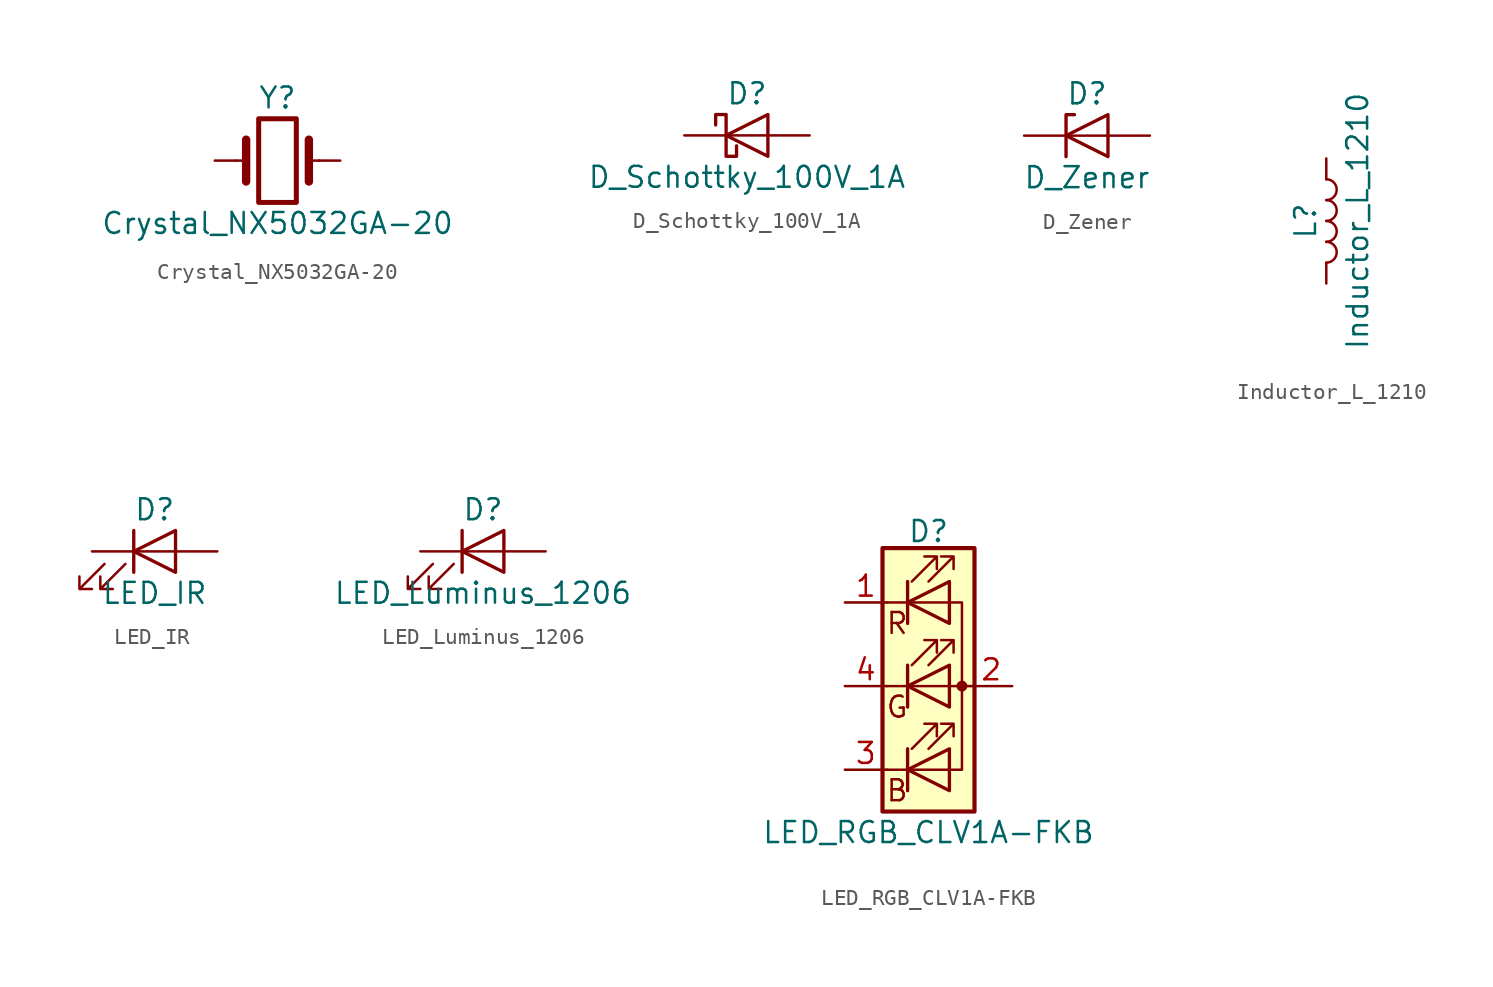
<source format=kicad_sym>
(kicad_symbol_lib
  (version 20220914)
  (generator kicad_symbol_editor)
  (symbol "Crystal_NX5032GA-20"
    (pin_numbers hide)
    (pin_names
      (offset 1.016) hide)
    (property "Reference" "Y"
      (at 0 3.81 0)
      (effects (font (size 1.27 1.27))))
    (property "Value" "Crystal_NX5032GA-20"
      (at 0 -3.81 0)
      (effects (font (size 1.27 1.27))))
    (symbol "Crystal_NX5032GA-20_0_1"
      (rectangle (start -1.143 2.54) (end 1.143 -2.54) (stroke (width 0.305) (type solid)) (fill (type none)))
      (polyline (pts (xy -2.54 0) (xy -1.905 0)) (stroke (width 0) (type solid)) (fill (type none)))
      (polyline (pts (xy -1.905 -1.27) (xy -1.905 1.27)) (stroke (width 0.508) (type solid)) (fill (type none)))
      (polyline (pts (xy 1.905 -1.27) (xy 1.905 1.27)) (stroke (width 0.508) (type solid)) (fill (type none)))
      (polyline (pts (xy 2.54 0) (xy 1.905 0)) (stroke (width 0) (type solid)) (fill (type none))))
    (symbol "Crystal_NX5032GA-20_1_1"
      (pin passive line (at -3.81 0 0) (length 1.27) (name "1" (effects (font (size 1.27 1.27)))) (number "1" (effects (font (size 1.27 1.27)))))
      (pin passive line (at 3.81 0 180) (length 1.27) (name "2" (effects (font (size 1.27 1.27)))) (number "2" (effects (font (size 1.27 1.27)))))))
  (symbol "D_Schottky_100V_1A"
    (pin_numbers hide)
    (pin_names
      (offset 1.016) hide)
    (property "Reference" "D"
      (at 0 2.54 0)
      (effects (font (size 1.27 1.27))))
    (property "Value" "D_Schottky_100V_1A"
      (at 0 -2.54 0)
      (effects (font (size 1.27 1.27))))
    (symbol "D_Schottky_100V_1A_0_1"
      (polyline (pts (xy 1.27 0) (xy -1.27 0)) (stroke (width 0) (type solid)) (fill (type none)))
      (polyline (pts (xy 1.27 1.27) (xy 1.27 -1.27) (xy -1.27 0) (xy 1.27 1.27)) (stroke (width 0.203) (type solid)) (fill (type none)))
      (polyline (pts (xy -1.905 0.635) (xy -1.905 1.27) (xy -1.27 1.27) (xy -1.27 -1.27) (xy -0.635 -1.27) (xy -0.635 -0.635)) (stroke (width 0.203) (type solid)) (fill (type none))))
    (symbol "D_Schottky_100V_1A_1_1"
      (pin passive line (at -3.81 0 0) (length 2.54) (name "K" (effects (font (size 1.27 1.27)))) (number "1" (effects (font (size 1.27 1.27)))))
      (pin passive line (at 3.81 0 180) (length 2.54) (name "A" (effects (font (size 1.27 1.27)))) (number "2" (effects (font (size 1.27 1.27)))))))
  (symbol "D_Zener"
    (pin_numbers hide)
    (pin_names
      (offset 1.016) hide)
    (property "Reference" "D"
      (at 0 2.54 0)
      (effects (font (size 1.27 1.27))))
    (property "Value" "D_Zener"
      (at 0 -2.54 0)
      (effects (font (size 1.27 1.27))))
    (symbol "D_Zener_0_1"
      (polyline (pts (xy 1.27 0) (xy -1.27 0)) (stroke (width 0) (type solid)) (fill (type none)))
      (polyline (pts (xy -1.27 -1.27) (xy -1.27 1.27) (xy -0.762 1.27)) (stroke (width 0.203) (type solid)) (fill (type none)))
      (polyline (pts (xy 1.27 -1.27) (xy 1.27 1.27) (xy -1.27 0) (xy 1.27 -1.27)) (stroke (width 0.203) (type solid)) (fill (type none))))
    (symbol "D_Zener_1_1"
      (pin passive line (at -3.81 0 0) (length 2.54) (name "K" (effects (font (size 1.27 1.27)))) (number "1" (effects (font (size 1.27 1.27)))))
      (pin passive line (at 3.81 0 180) (length 2.54) (name "A" (effects (font (size 1.27 1.27)))) (number "2" (effects (font (size 1.27 1.27)))))))
  (symbol "Inductor_L_1210"
    (pin_numbers hide)
    (pin_names
      (offset 1.016) hide)
    (property "Reference" "L"
      (at -1.27 0 90)
      (effects (font (size 1.27 1.27))))
    (property "Value" "Inductor_L_1210"
      (at 1.905 0 90)
      (effects (font (size 1.27 1.27))))
    (symbol "Inductor_L_1210_0_1"
      (arc (start 0 -2.54) (mid 0.6323 -1.905) (end 0 -1.27) (stroke (width 0) (type solid)) (fill (type none)))
      (arc (start 0 -1.27) (mid 0.6323 -0.635) (end 0 0) (stroke (width 0) (type solid)) (fill (type none)))
      (arc (start 0 0) (mid 0.6323 0.635) (end 0 1.27) (stroke (width 0) (type solid)) (fill (type none)))
      (arc (start 0 1.27) (mid 0.6323 1.905) (end 0 2.54) (stroke (width 0) (type solid)) (fill (type none))))
    (symbol "Inductor_L_1210_1_1"
      (pin passive line (at 0 3.81 270) (length 1.27) (name "1" (effects (font (size 1.27 1.27)))) (number "1" (effects (font (size 1.27 1.27)))))
      (pin passive line (at 0 -3.81 90) (length 1.27) (name "2" (effects (font (size 1.27 1.27)))) (number "2" (effects (font (size 1.27 1.27)))))))
  (symbol "LED_IR"
    (pin_numbers hide)
    (pin_names
      (offset 1.016) hide)
    (property "Reference" "D"
      (at 0 2.54 0)
      (effects (font (size 1.27 1.27))))
    (property "Value" "LED_IR"
      (at 0 -2.54 0)
      (effects (font (size 1.27 1.27))))
    (symbol "LED_IR_0_1"
      (polyline (pts (xy -1.27 -1.27) (xy -1.27 1.27)) (stroke (width 0.203) (type solid)) (fill (type none)))
      (polyline (pts (xy -1.27 0) (xy 1.27 0)) (stroke (width 0) (type solid)) (fill (type none)))
      (polyline (pts (xy 1.27 -1.27) (xy 1.27 1.27) (xy -1.27 0) (xy 1.27 -1.27)) (stroke (width 0.203) (type solid)) (fill (type none)))
      (polyline (pts (xy -3.048 -0.762) (xy -4.572 -2.286) (xy -3.81 -2.286) (xy -4.572 -2.286) (xy -4.572 -1.524)) (stroke (width 0) (type solid)) (fill (type none)))
      (polyline (pts (xy -1.778 -0.762) (xy -3.302 -2.286) (xy -2.54 -2.286) (xy -3.302 -2.286) (xy -3.302 -1.524)) (stroke (width 0) (type solid)) (fill (type none))))
    (symbol "LED_IR_1_1"
      (pin passive line (at -3.81 0 0) (length 2.54) (name "K" (effects (font (size 1.27 1.27)))) (number "1" (effects (font (size 1.27 1.27)))))
      (pin passive line (at 3.81 0 180) (length 2.54) (name "A" (effects (font (size 1.27 1.27)))) (number "2" (effects (font (size 1.27 1.27)))))))
  (symbol "LED_Luminus_1206"
    (pin_numbers hide)
    (pin_names
      (offset 1.016) hide)
    (property "Reference" "D"
      (at 0 2.54 0)
      (effects (font (size 1.27 1.27))))
    (property "Value" "LED_Luminus_1206"
      (at 0 -2.54 0)
      (effects (font (size 1.27 1.27))))
    (symbol "LED_Luminus_1206_0_1"
      (polyline (pts (xy -1.27 -1.27) (xy -1.27 1.27)) (stroke (width 0.203) (type solid)) (fill (type none)))
      (polyline (pts (xy -1.27 0) (xy 1.27 0)) (stroke (width 0) (type solid)) (fill (type none)))
      (polyline (pts (xy 1.27 -1.27) (xy 1.27 1.27) (xy -1.27 0) (xy 1.27 -1.27)) (stroke (width 0.203) (type solid)) (fill (type none)))
      (polyline (pts (xy -3.048 -0.762) (xy -4.572 -2.286) (xy -3.81 -2.286) (xy -4.572 -2.286) (xy -4.572 -1.524)) (stroke (width 0) (type solid)) (fill (type none)))
      (polyline (pts (xy -1.778 -0.762) (xy -3.302 -2.286) (xy -2.54 -2.286) (xy -3.302 -2.286) (xy -3.302 -1.524)) (stroke (width 0) (type solid)) (fill (type none))))
    (symbol "LED_Luminus_1206_1_1"
      (pin passive line (at -3.81 0 0) (length 2.54) (name "K" (effects (font (size 1.27 1.27)))) (number "1" (effects (font (size 1.27 1.27)))))
      (pin passive line (at 3.81 0 180) (length 2.54) (name "A" (effects (font (size 1.27 1.27)))) (number "2" (effects (font (size 1.27 1.27)))))))
  (symbol "LED_RGB_CLV1A-FKB"
    (pin_names
      (offset 0) hide)
    (property "Reference" "D"
      (at 0 9.398 0)
      (effects (font (size 1.27 1.27))))
    (property "Value" "LED_RGB_CLV1A-FKB"
      (at 0 -8.89 0)
      (effects (font (size 1.27 1.27))))
    (symbol "LED_RGB_CLV1A-FKB_0_0"
      (text "B" (at -1.905 -6.35 0) (effects (font (size 1.27 1.27))))
      (text "G" (at -1.905 -1.27 0) (effects (font (size 1.27 1.27))))
      (text "R" (at -1.905 3.81 0) (effects (font (size 1.27 1.27)))))
    (symbol "LED_RGB_CLV1A-FKB_0_1"
      (polyline (pts (xy -1.27 -5.08) (xy -2.54 -5.08)) (stroke (width 0) (type solid)) (fill (type none)))
      (polyline (pts (xy -1.27 -5.08) (xy 1.27 -5.08)) (stroke (width 0) (type solid)) (fill (type none)))
      (polyline (pts (xy -1.27 -3.81) (xy -1.27 -6.35)) (stroke (width 0) (type solid)) (fill (type none)))
      (polyline (pts (xy -1.27 -3.81) (xy -1.27 -6.35)) (stroke (width 0.203) (type solid)) (fill (type none)))
      (polyline (pts (xy -1.27 0) (xy -2.54 0)) (stroke (width 0) (type solid)) (fill (type none)))
      (polyline (pts (xy -1.27 0) (xy 1.27 0)) (stroke (width 0) (type solid)) (fill (type none)))
      (polyline (pts (xy -1.27 1.27) (xy -1.27 -1.27)) (stroke (width 0.203) (type solid)) (fill (type none)))
      (polyline (pts (xy -1.27 5.08) (xy -2.54 5.08)) (stroke (width 0) (type solid)) (fill (type none)))
      (polyline (pts (xy -1.27 6.35) (xy -1.27 3.81)) (stroke (width 0.203) (type solid)) (fill (type none)))
      (polyline (pts (xy 1.27 0) (xy 2.54 0)) (stroke (width 0) (type solid)) (fill (type none)))
      (polyline (pts (xy 1.27 5.08) (xy -1.27 5.08)) (stroke (width 0) (type solid)) (fill (type none)))
      (polyline (pts (xy -1.27 1.27) (xy -1.27 -1.27) (xy -1.27 -1.27)) (stroke (width 0) (type solid)) (fill (type none)))
      (polyline (pts (xy -1.27 6.35) (xy -1.27 3.81) (xy -1.27 3.81)) (stroke (width 0) (type solid)) (fill (type none)))
      (polyline (pts (xy 1.27 -5.08) (xy 2.032 -5.08) (xy 2.032 5.08) (xy 1.27 5.08)) (stroke (width 0) (type solid)) (fill (type none)))
      (polyline (pts (xy 1.27 -3.81) (xy 1.27 -6.35) (xy -1.27 -5.08) (xy 1.27 -3.81)) (stroke (width 0.203) (type solid)) (fill (type none)))
      (polyline (pts (xy 1.27 1.27) (xy 1.27 -1.27) (xy -1.27 0) (xy 1.27 1.27)) (stroke (width 0.203) (type solid)) (fill (type none)))
      (polyline (pts (xy 1.27 6.35) (xy 1.27 3.81) (xy -1.27 5.08) (xy 1.27 6.35)) (stroke (width 0.203) (type solid)) (fill (type none)))
      (polyline (pts (xy -1.016 -3.81) (xy 0.508 -2.286) (xy -0.254 -2.286) (xy 0.508 -2.286) (xy 0.508 -3.048)) (stroke (width 0) (type solid)) (fill (type none)))
      (polyline (pts (xy -1.016 1.27) (xy 0.508 2.794) (xy -0.254 2.794) (xy 0.508 2.794) (xy 0.508 2.032)) (stroke (width 0) (type solid)) (fill (type none)))
      (polyline (pts (xy -1.016 6.35) (xy 0.508 7.874) (xy -0.254 7.874) (xy 0.508 7.874) (xy 0.508 7.112)) (stroke (width 0) (type solid)) (fill (type none)))
      (polyline (pts (xy 0 -3.81) (xy 1.524 -2.286) (xy 0.762 -2.286) (xy 1.524 -2.286) (xy 1.524 -3.048)) (stroke (width 0) (type solid)) (fill (type none)))
      (polyline (pts (xy 0 1.27) (xy 1.524 2.794) (xy 0.762 2.794) (xy 1.524 2.794) (xy 1.524 2.032)) (stroke (width 0) (type solid)) (fill (type none)))
      (polyline (pts (xy 0 6.35) (xy 1.524 7.874) (xy 0.762 7.874) (xy 1.524 7.874) (xy 1.524 7.112)) (stroke (width 0) (type solid)) (fill (type none)))
      (rectangle (start 1.27 -1.27) (end 1.27 1.27) (stroke (width 0) (type solid)) (fill (type none)))
      (rectangle (start 1.27 1.27) (end 1.27 1.27) (stroke (width 0) (type solid)) (fill (type none)))
      (rectangle (start 1.27 3.81) (end 1.27 6.35) (stroke (width 0) (type solid)) (fill (type none)))
      (rectangle (start 1.27 6.35) (end 1.27 6.35) (stroke (width 0) (type solid)) (fill (type none)))
      (circle (center 2.032 0) (radius 0.254) (stroke (width 0) (type solid)) (fill (type outline)))
      (rectangle (start 2.794 8.382) (end -2.794 -7.62) (stroke (width 0.254) (type solid)) (fill (type background))))
    (symbol "LED_RGB_CLV1A-FKB_1_1"
      (pin passive line (at -5.08 5.08 0) (length 2.54) (name "RK" (effects (font (size 1.27 1.27)))) (number "1" (effects (font (size 1.27 1.27)))))
      (pin passive line (at 5.08 0 180) (length 2.54) (name "A" (effects (font (size 1.27 1.27)))) (number "2" (effects (font (size 1.27 1.27)))))
      (pin passive line (at -5.08 -5.08 0) (length 2.54) (name "BK" (effects (font (size 1.27 1.27)))) (number "3" (effects (font (size 1.27 1.27)))))
      (pin passive line (at -5.08 0 0) (length 2.54) (name "GK" (effects (font (size 1.27 1.27)))) (number "4" (effects (font (size 1.27 1.27))))))))
</source>
